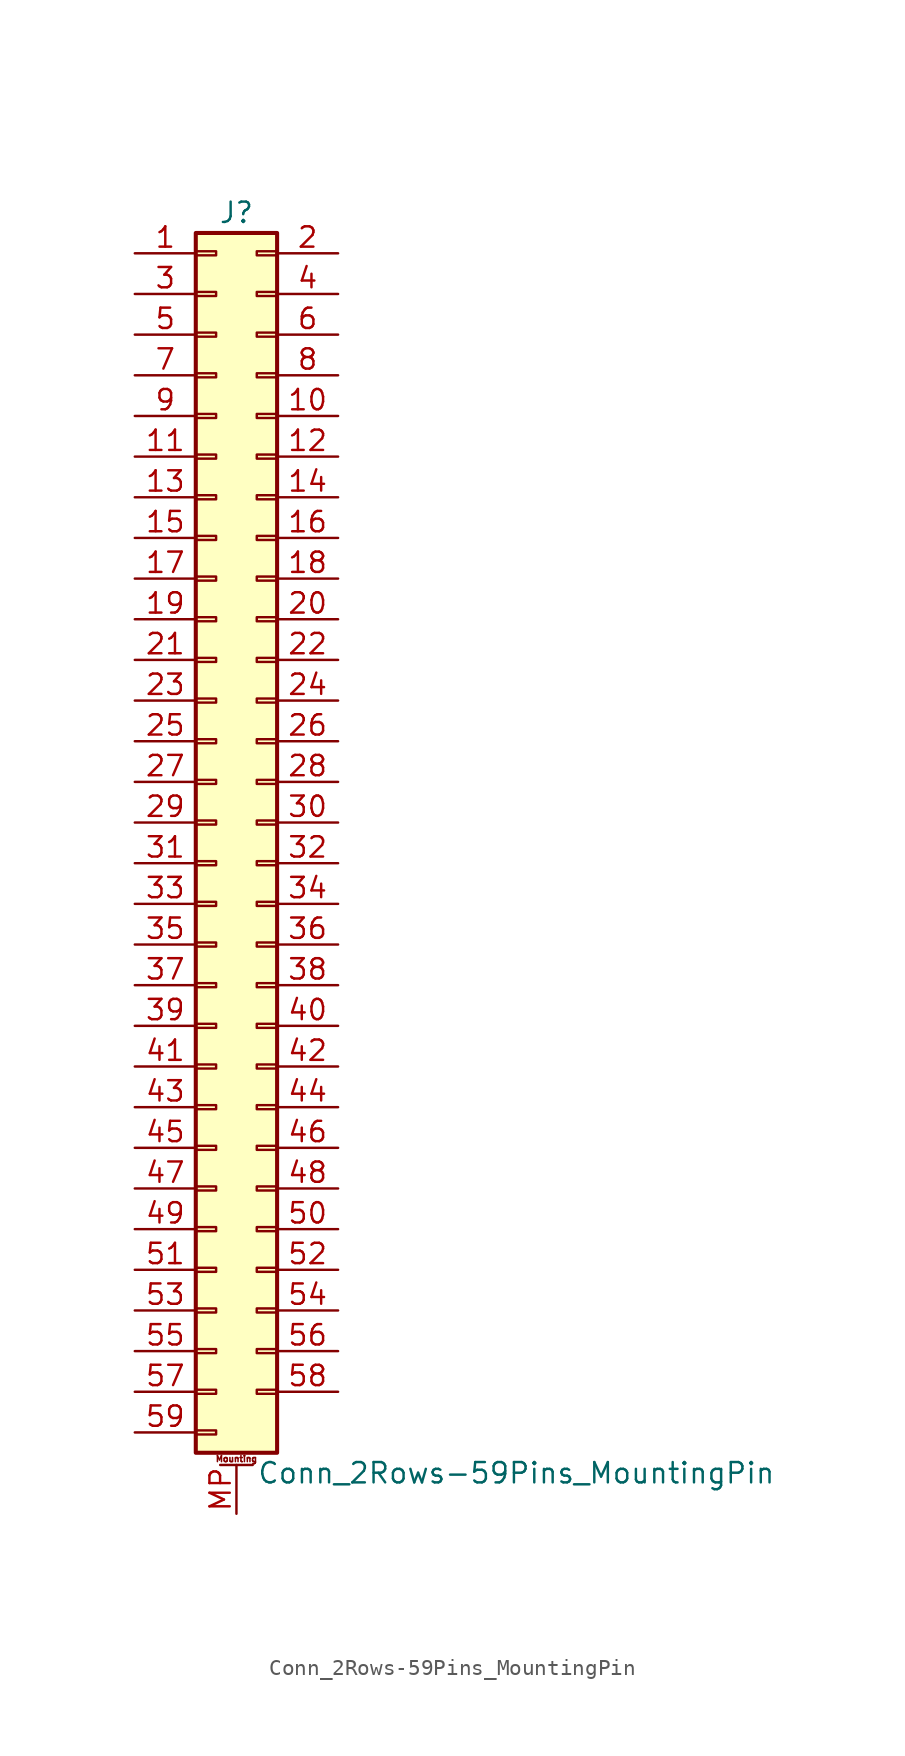
<source format=kicad_sym>
(kicad_symbol_lib
  (version 20220914)
  (generator kicad_symbol_editor)
  (symbol "Conn_2Rows-59Pins_MountingPin"
    (pin_names
      (offset 1.016) hide)
    (property "Reference" "J"
      (at 1.27 38.1 0)
      (effects (font (size 1.27 1.27))))
    (property "Value" "Conn_2Rows-59Pins_MountingPin"
      (at 2.54 -40.64 0)
      (effects (font (size 1.27 1.27)) (justify left)))
    (symbol "Conn_2Rows-59Pins_MountingPin_1_1"
      (rectangle (start -1.27 -37.973) (end 0 -38.227) (stroke (width 0.152) (type default)) (fill (type none)))
      (rectangle (start -1.27 -35.433) (end 0 -35.687) (stroke (width 0.152) (type default)) (fill (type none)))
      (rectangle (start -1.27 -32.893) (end 0 -33.147) (stroke (width 0.152) (type default)) (fill (type none)))
      (rectangle (start -1.27 -30.353) (end 0 -30.607) (stroke (width 0.152) (type default)) (fill (type none)))
      (rectangle (start -1.27 -27.813) (end 0 -28.067) (stroke (width 0.152) (type default)) (fill (type none)))
      (rectangle (start -1.27 -25.273) (end 0 -25.527) (stroke (width 0.152) (type default)) (fill (type none)))
      (rectangle (start -1.27 -22.733) (end 0 -22.987) (stroke (width 0.152) (type default)) (fill (type none)))
      (rectangle (start -1.27 -20.193) (end 0 -20.447) (stroke (width 0.152) (type default)) (fill (type none)))
      (rectangle (start -1.27 -17.653) (end 0 -17.907) (stroke (width 0.152) (type default)) (fill (type none)))
      (rectangle (start -1.27 -15.113) (end 0 -15.367) (stroke (width 0.152) (type default)) (fill (type none)))
      (rectangle (start -1.27 -12.573) (end 0 -12.827) (stroke (width 0.152) (type default)) (fill (type none)))
      (rectangle (start -1.27 -10.033) (end 0 -10.287) (stroke (width 0.152) (type default)) (fill (type none)))
      (rectangle (start -1.27 -7.493) (end 0 -7.747) (stroke (width 0.152) (type default)) (fill (type none)))
      (rectangle (start -1.27 -4.953) (end 0 -5.207) (stroke (width 0.152) (type default)) (fill (type none)))
      (rectangle (start -1.27 -2.413) (end 0 -2.667) (stroke (width 0.152) (type default)) (fill (type none)))
      (rectangle (start -1.27 0.127) (end 0 -0.127) (stroke (width 0.152) (type default)) (fill (type none)))
      (rectangle (start -1.27 2.667) (end 0 2.413) (stroke (width 0.152) (type default)) (fill (type none)))
      (rectangle (start -1.27 5.207) (end 0 4.953) (stroke (width 0.152) (type default)) (fill (type none)))
      (rectangle (start -1.27 7.747) (end 0 7.493) (stroke (width 0.152) (type default)) (fill (type none)))
      (rectangle (start -1.27 10.287) (end 0 10.033) (stroke (width 0.152) (type default)) (fill (type none)))
      (rectangle (start -1.27 12.827) (end 0 12.573) (stroke (width 0.152) (type default)) (fill (type none)))
      (rectangle (start -1.27 15.367) (end 0 15.113) (stroke (width 0.152) (type default)) (fill (type none)))
      (rectangle (start -1.27 17.907) (end 0 17.653) (stroke (width 0.152) (type default)) (fill (type none)))
      (rectangle (start -1.27 20.447) (end 0 20.193) (stroke (width 0.152) (type default)) (fill (type none)))
      (rectangle (start -1.27 22.987) (end 0 22.733) (stroke (width 0.152) (type default)) (fill (type none)))
      (rectangle (start -1.27 25.527) (end 0 25.273) (stroke (width 0.152) (type default)) (fill (type none)))
      (rectangle (start -1.27 28.067) (end 0 27.813) (stroke (width 0.152) (type default)) (fill (type none)))
      (rectangle (start -1.27 30.607) (end 0 30.353) (stroke (width 0.152) (type default)) (fill (type none)))
      (rectangle (start -1.27 33.147) (end 0 32.893) (stroke (width 0.152) (type default)) (fill (type none)))
      (rectangle (start -1.27 35.687) (end 0 35.433) (stroke (width 0.152) (type default)) (fill (type none)))
      (rectangle (start -1.27 36.83) (end 3.81 -39.37) (stroke (width 0.254) (type default)) (fill (type background)))
      (polyline (pts (xy 0.254 -40.132) (xy 2.286 -40.132)) (stroke (width 0.152) (type default)) (fill (type none)))
      (rectangle (start 3.81 -35.433) (end 2.54 -35.687) (stroke (width 0.152) (type default)) (fill (type none)))
      (rectangle (start 3.81 -32.893) (end 2.54 -33.147) (stroke (width 0.152) (type default)) (fill (type none)))
      (rectangle (start 3.81 -30.353) (end 2.54 -30.607) (stroke (width 0.152) (type default)) (fill (type none)))
      (rectangle (start 3.81 -27.813) (end 2.54 -28.067) (stroke (width 0.152) (type default)) (fill (type none)))
      (rectangle (start 3.81 -25.273) (end 2.54 -25.527) (stroke (width 0.152) (type default)) (fill (type none)))
      (rectangle (start 3.81 -22.733) (end 2.54 -22.987) (stroke (width 0.152) (type default)) (fill (type none)))
      (rectangle (start 3.81 -20.193) (end 2.54 -20.447) (stroke (width 0.152) (type default)) (fill (type none)))
      (rectangle (start 3.81 -17.653) (end 2.54 -17.907) (stroke (width 0.152) (type default)) (fill (type none)))
      (rectangle (start 3.81 -15.113) (end 2.54 -15.367) (stroke (width 0.152) (type default)) (fill (type none)))
      (rectangle (start 3.81 -12.573) (end 2.54 -12.827) (stroke (width 0.152) (type default)) (fill (type none)))
      (rectangle (start 3.81 -10.033) (end 2.54 -10.287) (stroke (width 0.152) (type default)) (fill (type none)))
      (rectangle (start 3.81 -7.493) (end 2.54 -7.747) (stroke (width 0.152) (type default)) (fill (type none)))
      (rectangle (start 3.81 -4.953) (end 2.54 -5.207) (stroke (width 0.152) (type default)) (fill (type none)))
      (rectangle (start 3.81 -2.413) (end 2.54 -2.667) (stroke (width 0.152) (type default)) (fill (type none)))
      (rectangle (start 3.81 0.127) (end 2.54 -0.127) (stroke (width 0.152) (type default)) (fill (type none)))
      (rectangle (start 3.81 2.667) (end 2.54 2.413) (stroke (width 0.152) (type default)) (fill (type none)))
      (rectangle (start 3.81 5.207) (end 2.54 4.953) (stroke (width 0.152) (type default)) (fill (type none)))
      (rectangle (start 3.81 7.747) (end 2.54 7.493) (stroke (width 0.152) (type default)) (fill (type none)))
      (rectangle (start 3.81 10.287) (end 2.54 10.033) (stroke (width 0.152) (type default)) (fill (type none)))
      (rectangle (start 3.81 12.827) (end 2.54 12.573) (stroke (width 0.152) (type default)) (fill (type none)))
      (rectangle (start 3.81 15.367) (end 2.54 15.113) (stroke (width 0.152) (type default)) (fill (type none)))
      (rectangle (start 3.81 17.907) (end 2.54 17.653) (stroke (width 0.152) (type default)) (fill (type none)))
      (rectangle (start 3.81 20.447) (end 2.54 20.193) (stroke (width 0.152) (type default)) (fill (type none)))
      (rectangle (start 3.81 22.987) (end 2.54 22.733) (stroke (width 0.152) (type default)) (fill (type none)))
      (rectangle (start 3.81 25.527) (end 2.54 25.273) (stroke (width 0.152) (type default)) (fill (type none)))
      (rectangle (start 3.81 28.067) (end 2.54 27.813) (stroke (width 0.152) (type default)) (fill (type none)))
      (rectangle (start 3.81 30.607) (end 2.54 30.353) (stroke (width 0.152) (type default)) (fill (type none)))
      (rectangle (start 3.81 33.147) (end 2.54 32.893) (stroke (width 0.152) (type default)) (fill (type none)))
      (rectangle (start 3.81 35.687) (end 2.54 35.433) (stroke (width 0.152) (type default)) (fill (type none)))
      (text "Mounting" (at 1.27 -39.751 0) (effects (font (size 0.381 0.381))))
      (pin passive line (at -5.08 35.56 0) (length 3.81) (name "Pin_1" (effects (font (size 1.27 1.27)))) (number "1" (effects (font (size 1.27 1.27)))))
      (pin passive line (at 7.62 25.4 180) (length 3.81) (name "Pin_10" (effects (font (size 1.27 1.27)))) (number "10" (effects (font (size 1.27 1.27)))))
      (pin passive line (at -5.08 22.86 0) (length 3.81) (name "Pin_11" (effects (font (size 1.27 1.27)))) (number "11" (effects (font (size 1.27 1.27)))))
      (pin passive line (at 7.62 22.86 180) (length 3.81) (name "Pin_12" (effects (font (size 1.27 1.27)))) (number "12" (effects (font (size 1.27 1.27)))))
      (pin passive line (at -5.08 20.32 0) (length 3.81) (name "Pin_13" (effects (font (size 1.27 1.27)))) (number "13" (effects (font (size 1.27 1.27)))))
      (pin passive line (at 7.62 20.32 180) (length 3.81) (name "Pin_14" (effects (font (size 1.27 1.27)))) (number "14" (effects (font (size 1.27 1.27)))))
      (pin passive line (at -5.08 17.78 0) (length 3.81) (name "Pin_15" (effects (font (size 1.27 1.27)))) (number "15" (effects (font (size 1.27 1.27)))))
      (pin passive line (at 7.62 17.78 180) (length 3.81) (name "Pin_16" (effects (font (size 1.27 1.27)))) (number "16" (effects (font (size 1.27 1.27)))))
      (pin passive line (at -5.08 15.24 0) (length 3.81) (name "Pin_17" (effects (font (size 1.27 1.27)))) (number "17" (effects (font (size 1.27 1.27)))))
      (pin passive line (at 7.62 15.24 180) (length 3.81) (name "Pin_18" (effects (font (size 1.27 1.27)))) (number "18" (effects (font (size 1.27 1.27)))))
      (pin passive line (at -5.08 12.7 0) (length 3.81) (name "Pin_19" (effects (font (size 1.27 1.27)))) (number "19" (effects (font (size 1.27 1.27)))))
      (pin passive line (at 7.62 35.56 180) (length 3.81) (name "Pin_2" (effects (font (size 1.27 1.27)))) (number "2" (effects (font (size 1.27 1.27)))))
      (pin passive line (at 7.62 12.7 180) (length 3.81) (name "Pin_20" (effects (font (size 1.27 1.27)))) (number "20" (effects (font (size 1.27 1.27)))))
      (pin passive line (at -5.08 10.16 0) (length 3.81) (name "Pin_21" (effects (font (size 1.27 1.27)))) (number "21" (effects (font (size 1.27 1.27)))))
      (pin passive line (at 7.62 10.16 180) (length 3.81) (name "Pin_22" (effects (font (size 1.27 1.27)))) (number "22" (effects (font (size 1.27 1.27)))))
      (pin passive line (at -5.08 7.62 0) (length 3.81) (name "Pin_23" (effects (font (size 1.27 1.27)))) (number "23" (effects (font (size 1.27 1.27)))))
      (pin passive line (at 7.62 7.62 180) (length 3.81) (name "Pin_24" (effects (font (size 1.27 1.27)))) (number "24" (effects (font (size 1.27 1.27)))))
      (pin passive line (at -5.08 5.08 0) (length 3.81) (name "Pin_25" (effects (font (size 1.27 1.27)))) (number "25" (effects (font (size 1.27 1.27)))))
      (pin passive line (at 7.62 5.08 180) (length 3.81) (name "Pin_26" (effects (font (size 1.27 1.27)))) (number "26" (effects (font (size 1.27 1.27)))))
      (pin passive line (at -5.08 2.54 0) (length 3.81) (name "Pin_27" (effects (font (size 1.27 1.27)))) (number "27" (effects (font (size 1.27 1.27)))))
      (pin passive line (at 7.62 2.54 180) (length 3.81) (name "Pin_28" (effects (font (size 1.27 1.27)))) (number "28" (effects (font (size 1.27 1.27)))))
      (pin passive line (at -5.08 0 0) (length 3.81) (name "Pin_29" (effects (font (size 1.27 1.27)))) (number "29" (effects (font (size 1.27 1.27)))))
      (pin passive line (at -5.08 33.02 0) (length 3.81) (name "Pin_3" (effects (font (size 1.27 1.27)))) (number "3" (effects (font (size 1.27 1.27)))))
      (pin passive line (at 7.62 0 180) (length 3.81) (name "Pin_30" (effects (font (size 1.27 1.27)))) (number "30" (effects (font (size 1.27 1.27)))))
      (pin passive line (at -5.08 -2.54 0) (length 3.81) (name "Pin_31" (effects (font (size 1.27 1.27)))) (number "31" (effects (font (size 1.27 1.27)))))
      (pin passive line (at 7.62 -2.54 180) (length 3.81) (name "Pin_32" (effects (font (size 1.27 1.27)))) (number "32" (effects (font (size 1.27 1.27)))))
      (pin passive line (at -5.08 -5.08 0) (length 3.81) (name "Pin_33" (effects (font (size 1.27 1.27)))) (number "33" (effects (font (size 1.27 1.27)))))
      (pin passive line (at 7.62 -5.08 180) (length 3.81) (name "Pin_34" (effects (font (size 1.27 1.27)))) (number "34" (effects (font (size 1.27 1.27)))))
      (pin passive line (at -5.08 -7.62 0) (length 3.81) (name "Pin_35" (effects (font (size 1.27 1.27)))) (number "35" (effects (font (size 1.27 1.27)))))
      (pin passive line (at 7.62 -7.62 180) (length 3.81) (name "Pin_36" (effects (font (size 1.27 1.27)))) (number "36" (effects (font (size 1.27 1.27)))))
      (pin passive line (at -5.08 -10.16 0) (length 3.81) (name "Pin_37" (effects (font (size 1.27 1.27)))) (number "37" (effects (font (size 1.27 1.27)))))
      (pin passive line (at 7.62 -10.16 180) (length 3.81) (name "Pin_38" (effects (font (size 1.27 1.27)))) (number "38" (effects (font (size 1.27 1.27)))))
      (pin passive line (at -5.08 -12.7 0) (length 3.81) (name "Pin_39" (effects (font (size 1.27 1.27)))) (number "39" (effects (font (size 1.27 1.27)))))
      (pin passive line (at 7.62 33.02 180) (length 3.81) (name "Pin_4" (effects (font (size 1.27 1.27)))) (number "4" (effects (font (size 1.27 1.27)))))
      (pin passive line (at 7.62 -12.7 180) (length 3.81) (name "Pin_40" (effects (font (size 1.27 1.27)))) (number "40" (effects (font (size 1.27 1.27)))))
      (pin passive line (at -5.08 -15.24 0) (length 3.81) (name "Pin_41" (effects (font (size 1.27 1.27)))) (number "41" (effects (font (size 1.27 1.27)))))
      (pin passive line (at 7.62 -15.24 180) (length 3.81) (name "Pin_42" (effects (font (size 1.27 1.27)))) (number "42" (effects (font (size 1.27 1.27)))))
      (pin passive line (at -5.08 -17.78 0) (length 3.81) (name "Pin_43" (effects (font (size 1.27 1.27)))) (number "43" (effects (font (size 1.27 1.27)))))
      (pin passive line (at 7.62 -17.78 180) (length 3.81) (name "Pin_44" (effects (font (size 1.27 1.27)))) (number "44" (effects (font (size 1.27 1.27)))))
      (pin passive line (at -5.08 -20.32 0) (length 3.81) (name "Pin_45" (effects (font (size 1.27 1.27)))) (number "45" (effects (font (size 1.27 1.27)))))
      (pin passive line (at 7.62 -20.32 180) (length 3.81) (name "Pin_46" (effects (font (size 1.27 1.27)))) (number "46" (effects (font (size 1.27 1.27)))))
      (pin passive line (at -5.08 -22.86 0) (length 3.81) (name "Pin_47" (effects (font (size 1.27 1.27)))) (number "47" (effects (font (size 1.27 1.27)))))
      (pin passive line (at 7.62 -22.86 180) (length 3.81) (name "Pin_48" (effects (font (size 1.27 1.27)))) (number "48" (effects (font (size 1.27 1.27)))))
      (pin passive line (at -5.08 -25.4 0) (length 3.81) (name "Pin_49" (effects (font (size 1.27 1.27)))) (number "49" (effects (font (size 1.27 1.27)))))
      (pin passive line (at -5.08 30.48 0) (length 3.81) (name "Pin_5" (effects (font (size 1.27 1.27)))) (number "5" (effects (font (size 1.27 1.27)))))
      (pin passive line (at 7.62 -25.4 180) (length 3.81) (name "Pin_50" (effects (font (size 1.27 1.27)))) (number "50" (effects (font (size 1.27 1.27)))))
      (pin passive line (at -5.08 -27.94 0) (length 3.81) (name "Pin_51" (effects (font (size 1.27 1.27)))) (number "51" (effects (font (size 1.27 1.27)))))
      (pin passive line (at 7.62 -27.94 180) (length 3.81) (name "Pin_52" (effects (font (size 1.27 1.27)))) (number "52" (effects (font (size 1.27 1.27)))))
      (pin passive line (at -5.08 -30.48 0) (length 3.81) (name "Pin_53" (effects (font (size 1.27 1.27)))) (number "53" (effects (font (size 1.27 1.27)))))
      (pin passive line (at 7.62 -30.48 180) (length 3.81) (name "Pin_54" (effects (font (size 1.27 1.27)))) (number "54" (effects (font (size 1.27 1.27)))))
      (pin passive line (at -5.08 -33.02 0) (length 3.81) (name "Pin_55" (effects (font (size 1.27 1.27)))) (number "55" (effects (font (size 1.27 1.27)))))
      (pin passive line (at 7.62 -33.02 180) (length 3.81) (name "Pin_56" (effects (font (size 1.27 1.27)))) (number "56" (effects (font (size 1.27 1.27)))))
      (pin passive line (at -5.08 -35.56 0) (length 3.81) (name "Pin_57" (effects (font (size 1.27 1.27)))) (number "57" (effects (font (size 1.27 1.27)))))
      (pin passive line (at 7.62 -35.56 180) (length 3.81) (name "Pin_58" (effects (font (size 1.27 1.27)))) (number "58" (effects (font (size 1.27 1.27)))))
      (pin passive line (at -5.08 -38.1 0) (length 3.81) (name "Pin_59" (effects (font (size 1.27 1.27)))) (number "59" (effects (font (size 1.27 1.27)))))
      (pin passive line (at 7.62 30.48 180) (length 3.81) (name "Pin_6" (effects (font (size 1.27 1.27)))) (number "6" (effects (font (size 1.27 1.27)))))
      (pin passive line (at -5.08 27.94 0) (length 3.81) (name "Pin_7" (effects (font (size 1.27 1.27)))) (number "7" (effects (font (size 1.27 1.27)))))
      (pin passive line (at 7.62 27.94 180) (length 3.81) (name "Pin_8" (effects (font (size 1.27 1.27)))) (number "8" (effects (font (size 1.27 1.27)))))
      (pin passive line (at -5.08 25.4 0) (length 3.81) (name "Pin_9" (effects (font (size 1.27 1.27)))) (number "9" (effects (font (size 1.27 1.27)))))
      (pin passive line (at 1.27 -43.18 90) (length 3.048) (name "MountPin" (effects (font (size 1.27 1.27)))) (number "MP" (effects (font (size 1.27 1.27))))))))
</source>
